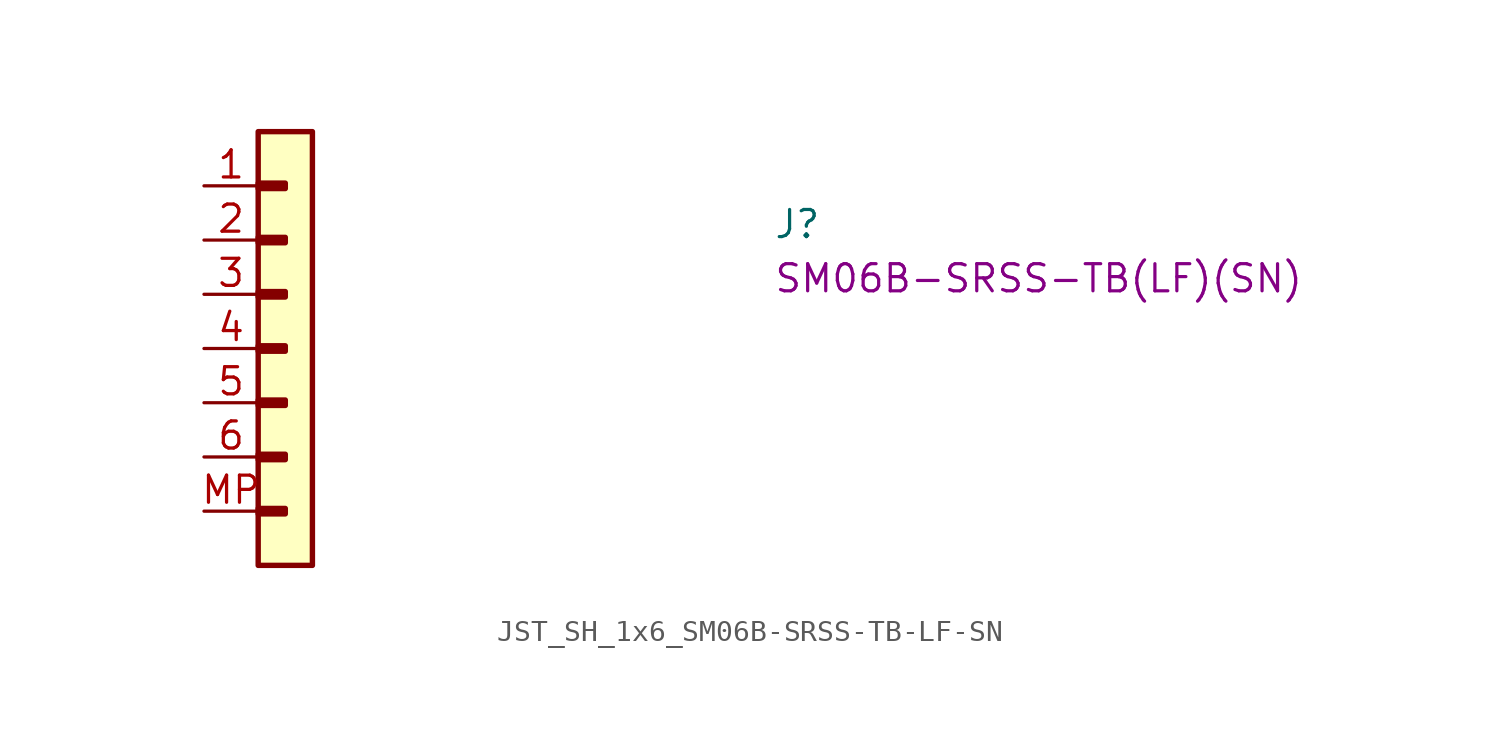
<source format=kicad_sym>
(kicad_symbol_lib
  (version 20220914)
  (generator kicad_symbol_editor)
  (symbol "JST_SH_1x6_SM06B-SRSS-TB-LF-SN"
    (property "Reference" "J"
      (at 26.67 -2.54 0)
      (effects (font (size 1.27 1.27) (thickness 0.15)) (justify left bottom)))
    (property "MPN" "SM06B-SRSS-TB(LF)(SN)"
      (at 26.67 -5.08 0)
      (effects (font (size 1.27 1.27) (thickness 0.15)) (justify left bottom)))
    (symbol "JST_SH_1x6_SM06B-SRSS-TB-LF-SN_1_1"
      (rectangle (start 2.54 -15.113) (end 3.81 -15.367) (stroke (width 0.254) (type default)) (fill (type background)))
      (rectangle (start 2.54 -12.573) (end 3.81 -12.827) (stroke (width 0.254) (type default)) (fill (type background)))
      (rectangle (start 2.54 -10.033) (end 3.81 -10.287) (stroke (width 0.254) (type default)) (fill (type background)))
      (rectangle (start 2.54 -7.493) (end 3.81 -7.747) (stroke (width 0.254) (type default)) (fill (type background)))
      (rectangle (start 2.54 -4.953) (end 3.81 -5.207) (stroke (width 0.254) (type default)) (fill (type background)))
      (rectangle (start 2.54 -2.413) (end 3.81 -2.667) (stroke (width 0.254) (type default)) (fill (type background)))
      (rectangle (start 2.54 0.127) (end 3.81 -0.127) (stroke (width 0.254) (type default)) (fill (type background)))
      (rectangle (start 2.54 2.54) (end 5.08 -17.78) (stroke (width 0.254) (type default)) (fill (type background)))
      (pin passive line (at 0 0 0) (length 2.54) (name "~" (effects (font (size 1.27 1.27)))) (number "1" (effects (font (size 1.27 1.27)))))
      (pin passive line (at 0 -2.54 0) (length 2.54) (name "~" (effects (font (size 1.27 1.27)))) (number "2" (effects (font (size 1.27 1.27)))))
      (pin passive line (at 0 -5.08 0) (length 2.54) (name "~" (effects (font (size 1.27 1.27)))) (number "3" (effects (font (size 1.27 1.27)))))
      (pin passive line (at 0 -7.62 0) (length 2.54) (name "~" (effects (font (size 1.27 1.27)))) (number "4" (effects (font (size 1.27 1.27)))))
      (pin passive line (at 0 -10.16 0) (length 2.54) (name "~" (effects (font (size 1.27 1.27)))) (number "5" (effects (font (size 1.27 1.27)))))
      (pin passive line (at 0 -12.7 0) (length 2.54) (name "~" (effects (font (size 1.27 1.27)))) (number "6" (effects (font (size 1.27 1.27)))))
      (pin passive line (at 0 -15.24 0) (length 2.54) (name "~" (effects (font (size 1.27 1.27)))) (number "MP" (effects (font (size 1.27 1.27))))))))
</source>
